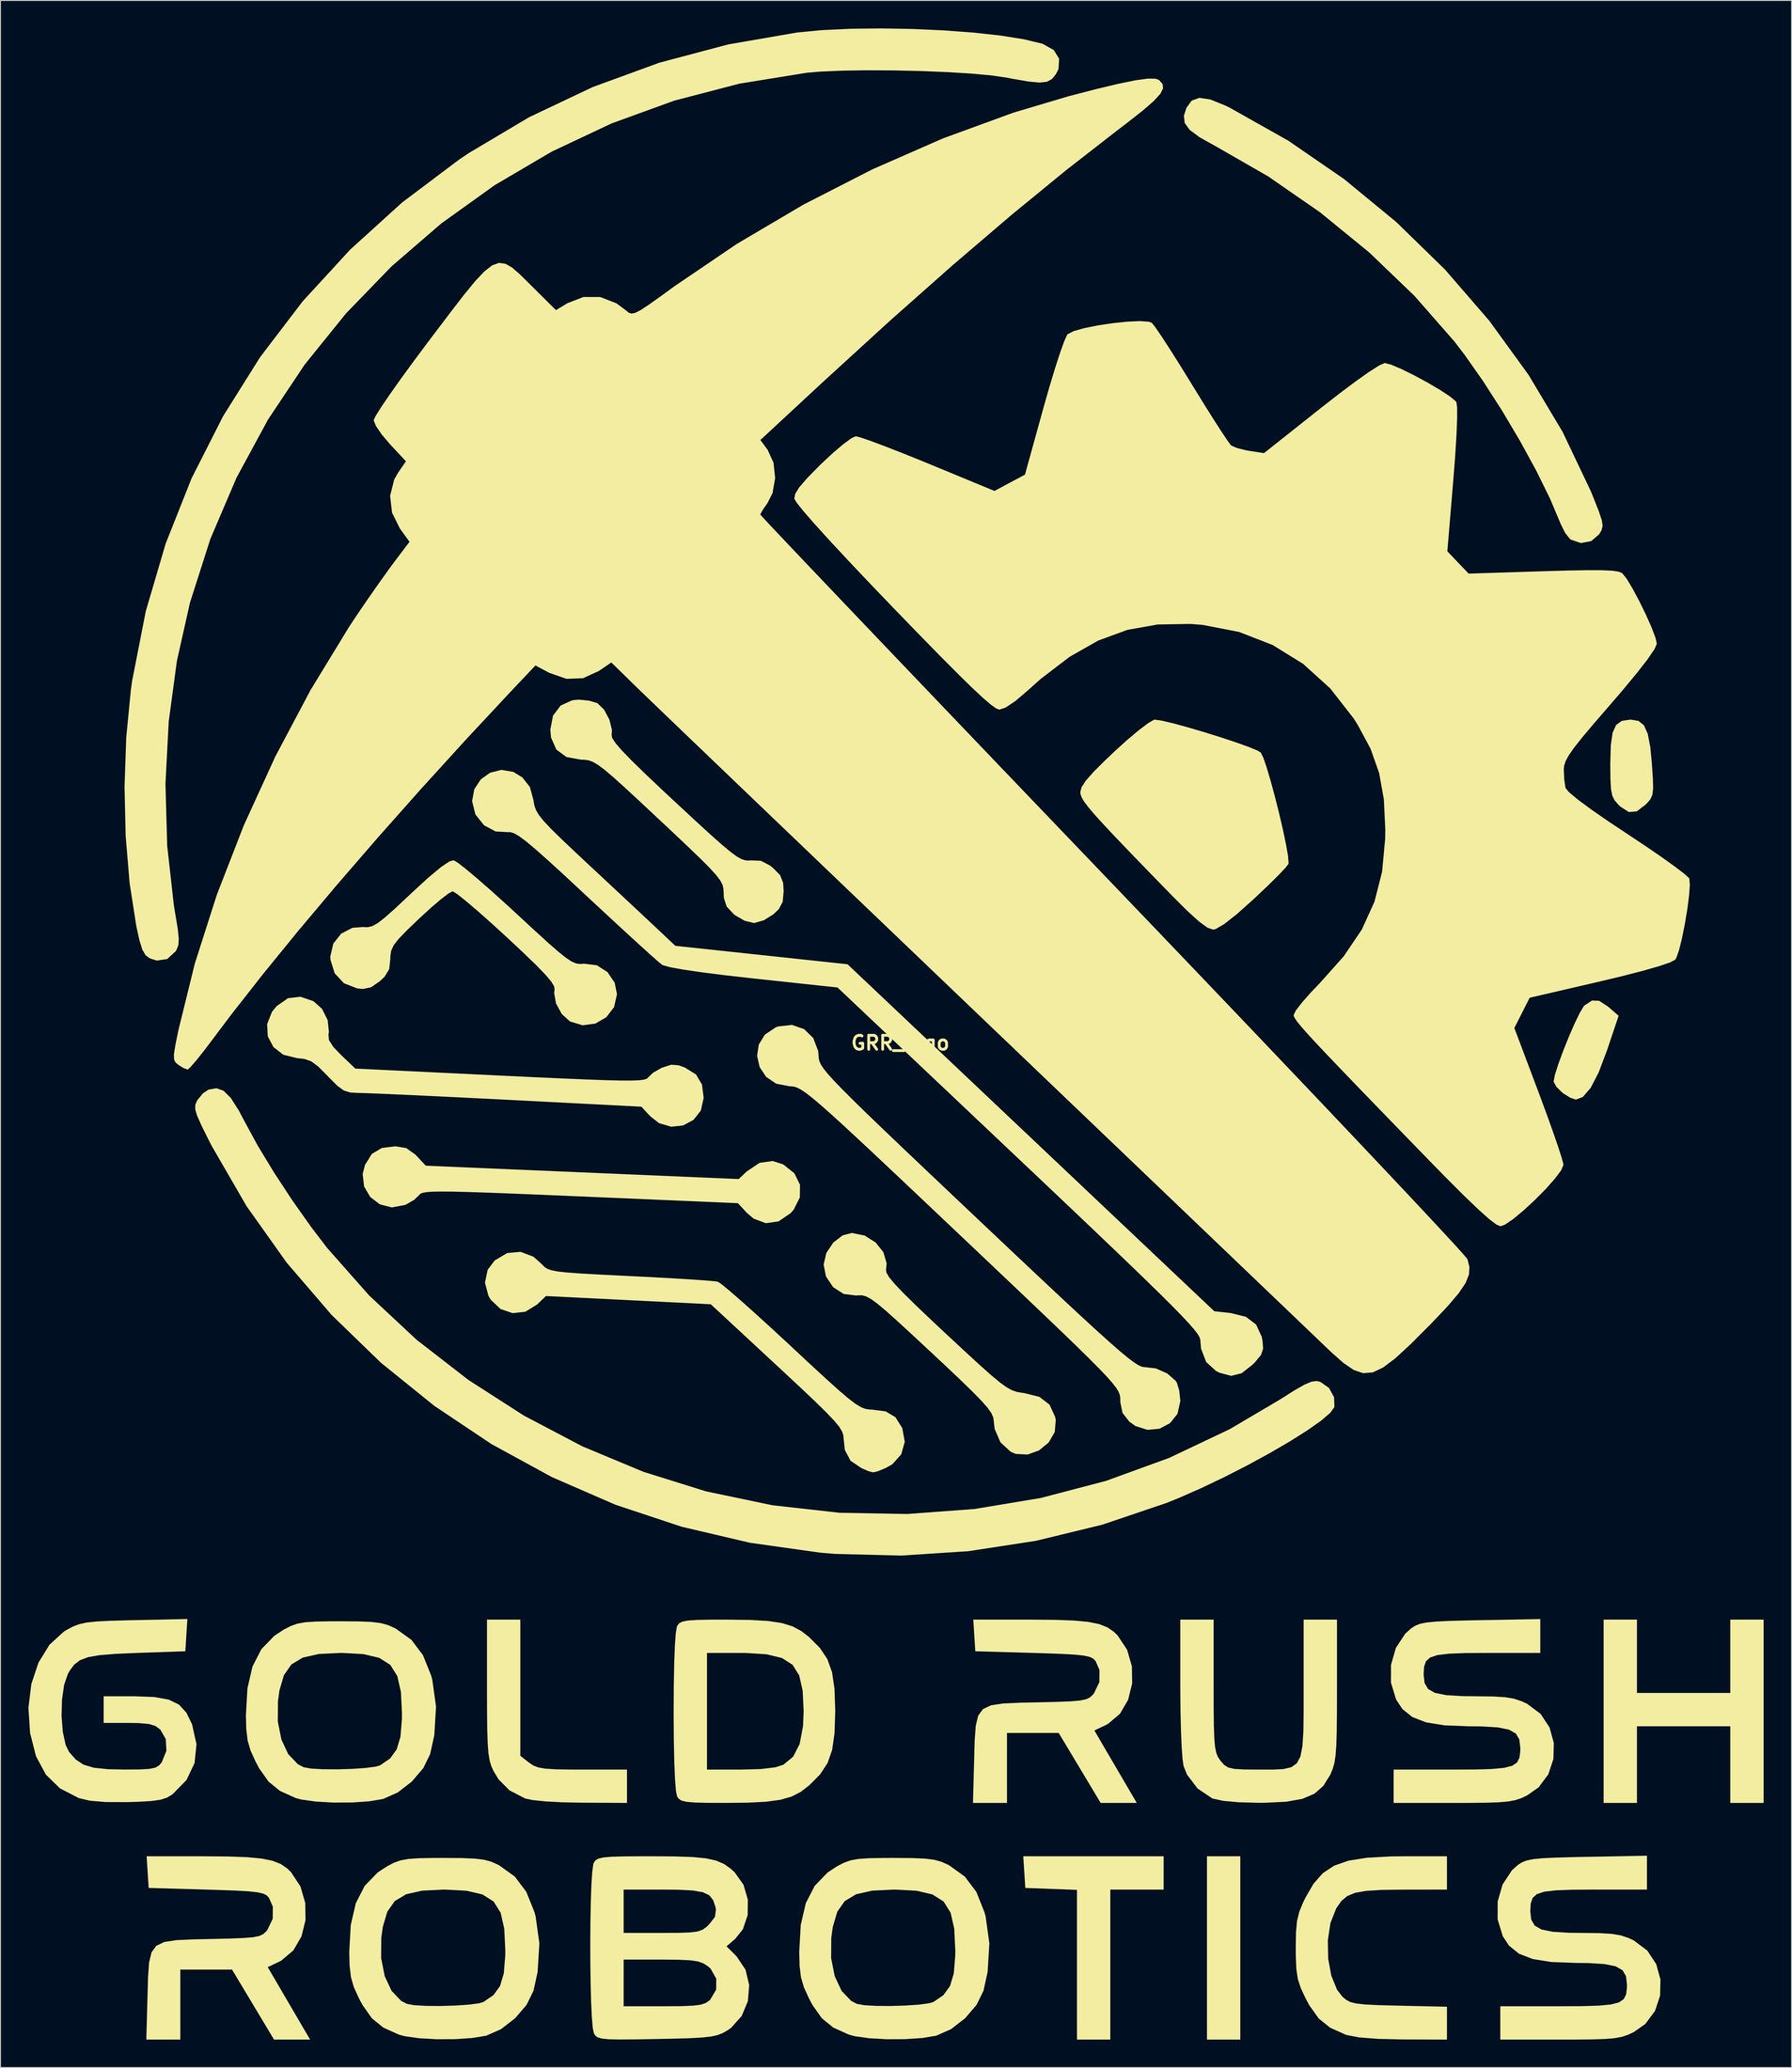
<source format=kicad_pcb>
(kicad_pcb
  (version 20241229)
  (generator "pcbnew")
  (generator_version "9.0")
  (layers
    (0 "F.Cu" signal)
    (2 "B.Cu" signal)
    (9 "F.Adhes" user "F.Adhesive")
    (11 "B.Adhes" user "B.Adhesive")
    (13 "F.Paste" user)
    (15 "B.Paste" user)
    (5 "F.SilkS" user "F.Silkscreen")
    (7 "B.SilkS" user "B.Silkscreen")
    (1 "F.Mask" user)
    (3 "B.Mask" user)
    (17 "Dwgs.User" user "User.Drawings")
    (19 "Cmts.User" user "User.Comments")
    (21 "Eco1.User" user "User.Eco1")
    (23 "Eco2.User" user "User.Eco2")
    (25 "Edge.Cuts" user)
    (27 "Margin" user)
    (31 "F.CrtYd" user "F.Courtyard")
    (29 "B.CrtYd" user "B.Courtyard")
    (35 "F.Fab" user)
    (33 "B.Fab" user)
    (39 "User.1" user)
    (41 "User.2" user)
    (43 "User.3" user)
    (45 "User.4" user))
  (footprint "GRR_logo"
    (layer "F.Cu")
    (at 93.577 108.888)
    (property "Reference" "GRR_logo" (at 0 0 0) (layer "F.SilkS") (effects (font (size 1.5 1.5) (thickness 0.3))))
    (attr board_only exclude_from_pos_files exclude_from_bom)
    (fp_poly (pts (xy 36.49 97.128) (xy 36.49 106.966) (xy 34.701 106.966) (xy 32.913 106.966) (xy 32.913 97.128) (xy 32.913 87.29) (xy 34.701 87.29) (xy 36.49 87.29)) (stroke (width 0) (type solid)) (fill yes) (layer "F.SilkS"))
    (fp_poly (pts (xy 28.262 89.079) (xy 28.262 90.868) (xy 25.4 90.868) (xy 22.538 90.868) (xy 22.538 98.917) (xy 22.538 106.966) (xy 20.749 106.966) (xy 18.961 106.966) (xy 18.961 98.932) (xy 18.961 90.898) (xy 16.188 90.793) (xy 13.415 90.689) (xy 13.306 88.989) (xy 13.197 87.29) (xy 20.73 87.29) (xy 28.262 87.29)) (stroke (width 0) (type solid)) (fill yes) (layer "F.SilkS"))
    (fp_poly (pts (xy 74.994 -4.526) (xy 75.918 -3.93) (xy 76.091 -3.784) (xy 77.094 -2.917) (xy 75.853 0.777) (xy 74.957 3.149) (xy 74.095 4.817) (xy 73.261 5.79) (xy 72.508 6.082) (xy 71.894 5.874) (xy 71.099 5.37) (xy 71.061 5.34) (xy 70.413 4.702) (xy 70.12 4.157) (xy 70.118 4.129) (xy 70.257 3.417) (xy 70.626 2.258) (xy 71.151 0.832) (xy 71.759 -0.681) (xy 72.377 -2.101) (xy 72.933 -3.248) (xy 73.353 -3.942) (xy 73.429 -4.025) (xy 74.233 -4.551)) (stroke (width 0) (type solid)) (fill yes) (layer "F.SilkS"))
    (fp_poly (pts (xy 79.062 65.825) (xy 79.062 69.761) (xy 84.07 69.761) (xy 89.079 69.761) (xy 89.079 65.825) (xy 89.079 61.89) (xy 90.868 61.89) (xy 92.656 61.89) (xy 92.656 71.728) (xy 92.656 81.566) (xy 90.868 81.566) (xy 89.079 81.566) (xy 89.079 77.452) (xy 89.079 73.338) (xy 84.07 73.338) (xy 79.062 73.338) (xy 79.062 77.452) (xy 79.062 81.566) (xy 77.273 81.566) (xy 75.485 81.566) (xy 75.485 71.728) (xy 75.485 61.89) (xy 77.273 61.89) (xy 79.062 61.89)) (stroke (width 0) (type solid)) (fill yes) (layer "F.SilkS"))
    (fp_poly (pts (xy 79.221 -34.566) (xy 79.807 -34.096) (xy 80.216 -33.194) (xy 80.492 -31.761) (xy 80.663 -29.977) (xy 80.771 -28.372) (xy 80.798 -27.313) (xy 80.717 -26.631) (xy 80.505 -26.158) (xy 80.136 -25.727) (xy 80.005 -25.595) (xy 79.047 -24.858) (xy 78.196 -24.782) (xy 77.287 -25.363) (xy 77.078 -25.563) (xy 76.673 -26.021) (xy 76.416 -26.529) (xy 76.274 -27.253) (xy 76.213 -28.36) (xy 76.2 -29.979) (xy 76.253 -31.937) (xy 76.445 -33.287) (xy 76.823 -34.13) (xy 77.434 -34.567) (xy 78.327 -34.701) (xy 78.409 -34.701)) (stroke (width 0) (type solid)) (fill yes) (layer "F.SilkS"))
    (fp_poly (pts (xy -40.783 69.198) (xy -40.783 76.506) (xy -39.84 77.247) (xy -39.388 77.551) (xy -38.849 77.76) (xy -38.087 77.889) (xy -36.964 77.959) (xy -35.342 77.986) (xy -34.117 77.989) (xy -29.335 77.989) (xy -29.335 79.777) (xy -29.335 81.566) (xy -34.254 81.539) (xy -36.302 81.497) (xy -38.085 81.401) (xy -39.454 81.262) (xy -40.258 81.092) (xy -40.259 81.092) (xy -41.937 80.222) (xy -43.122 79.033) (xy -43.661 78.137) (xy -43.899 77.608) (xy -44.076 77.011) (xy -44.202 76.238) (xy -44.284 75.179) (xy -44.333 73.726) (xy -44.355 71.771) (xy -44.361 69.327) (xy -44.361 61.89) (xy -42.572 61.89) (xy -40.783 61.89)) (stroke (width 0) (type solid)) (fill yes) (layer "F.SilkS"))
    (fp_poly (pts (xy 33.26 -101.263) (xy 34.86 -100.622) (xy 35.349 -100.382) (xy 41.635 -96.842) (xy 47.621 -92.724) (xy 53.25 -88.09) (xy 58.467 -82.999) (xy 63.214 -77.511) (xy 67.438 -71.686) (xy 71.08 -65.586) (xy 74.086 -59.269) (xy 74.43 -58.43) (xy 74.985 -57.017) (xy 75.291 -56.094) (xy 75.375 -55.488) (xy 75.26 -55.03) (xy 74.999 -54.584) (xy 74.143 -53.857) (xy 73.04 -53.654) (xy 71.973 -54.018) (xy 71.852 -54.109) (xy 71.36 -54.737) (xy 70.884 -55.681) (xy 70.834 -55.808) (xy 69.728 -58.43) (xy 68.25 -61.428) (xy 66.498 -64.635) (xy 64.569 -67.886) (xy 62.558 -71.016) (xy 60.564 -73.857) (xy 59.455 -75.306) (xy 55.172 -80.193) (xy 50.322 -84.848) (xy 45.043 -89.158) (xy 39.472 -93.012) (xy 33.865 -96.234) (xy 32.169 -97.177) (xy 31.079 -97.977) (xy 30.525 -98.726) (xy 30.436 -99.516) (xy 30.709 -100.364) (xy 31.269 -101.135) (xy 32.091 -101.435)) (stroke (width 0) (type solid)) (fill yes) (layer "F.SilkS"))
    (fp_poly (pts (xy -53.025 11.284) (xy -52.054 11.975) (xy -51.903 12.131) (xy -50.931 13.173) (xy -34.141 13.89) (xy -17.351 14.608) (xy -16.456 13.769) (xy -15.095 12.865) (xy -13.7 12.673) (xy -12.57 13.032) (xy -11.368 13.992) (xy -10.765 15.224) (xy -10.784 16.578) (xy -11.447 17.901) (xy -11.778 18.273) (xy -13.067 19.149) (xy -14.425 19.345) (xy -15.739 18.859) (xy -16.444 18.258) (xy -17.435 17.197) (xy -34.372 16.47) (xy -38.31 16.303) (xy -41.594 16.168) (xy -44.283 16.066) (xy -46.438 15.995) (xy -48.12 15.955) (xy -49.389 15.946) (xy -50.304 15.967) (xy -50.927 16.017) (xy -51.317 16.096) (xy -51.535 16.203) (xy -51.628 16.312) (xy -52.158 16.826) (xy -53.036 17.334) (xy -53.162 17.389) (xy -54.573 17.651) (xy -55.858 17.323) (xy -56.892 16.531) (xy -57.549 15.402) (xy -57.703 14.062) (xy -57.453 13.087) (xy -56.717 11.908) (xy -55.649 11.272) (xy -54.187 11.09)) (stroke (width 0) (type solid)) (fill yes) (layer "F.SilkS"))
    (fp_poly (pts (xy 28.05 -34.595) (xy 29.273 -34.307) (xy 30.828 -33.885) (xy 32.565 -33.374) (xy 34.334 -32.822) (xy 35.983 -32.276) (xy 37.361 -31.783) (xy 38.319 -31.388) (xy 38.678 -31.177) (xy 38.948 -30.645) (xy 39.319 -29.569) (xy 39.755 -28.098) (xy 40.22 -26.379) (xy 40.676 -24.563) (xy 41.085 -22.797) (xy 41.412 -21.231) (xy 41.62 -20.014) (xy 41.67 -19.293) (xy 41.653 -19.204) (xy 41.335 -18.797) (xy 40.592 -18.014) (xy 39.526 -16.958) (xy 38.242 -15.735) (xy 37.935 -15.449) (xy 36.124 -13.831) (xy 34.763 -12.758) (xy 33.847 -12.227) (xy 33.559 -12.163) (xy 32.966 -12.374) (xy 32.062 -13.031) (xy 30.801 -14.174) (xy 29.32 -15.651) (xy 26.8 -18.239) (xy 24.739 -20.369) (xy 23.09 -22.091) (xy 21.809 -23.456) (xy 20.85 -24.515) (xy 20.169 -25.318) (xy 19.72 -25.917) (xy 19.459 -26.363) (xy 19.341 -26.705) (xy 19.318 -26.932) (xy 19.455 -27.451) (xy 19.907 -28.146) (xy 20.743 -29.094) (xy 22.027 -30.374) (xy 22.975 -31.273) (xy 24.349 -32.518) (xy 25.589 -33.56) (xy 26.581 -34.311) (xy 27.21 -34.679) (xy 27.312 -34.701)) (stroke (width 0) (type solid)) (fill yes) (layer "F.SilkS"))
    (fp_poly (pts (xy 58.67 89.079) (xy 58.67 90.868) (xy 53.93 90.873) (xy 51.673 90.901) (xy 50.007 91.002) (xy 48.811 91.212) (xy 47.961 91.564) (xy 47.336 92.095) (xy 46.813 92.838) (xy 46.771 92.911) (xy 46.163 94.462) (xy 45.884 96.316) (xy 45.92 98.264) (xy 46.256 100.101) (xy 46.876 101.619) (xy 47.456 102.368) (xy 47.851 102.7) (xy 48.301 102.935) (xy 48.933 103.094) (xy 49.877 103.198) (xy 51.262 103.266) (xy 53.217 103.319) (xy 53.511 103.326) (xy 58.67 103.442) (xy 58.67 105.204) (xy 58.67 106.966) (xy 53.93 106.95) (xy 51.263 106.89) (xy 49.248 106.732) (xy 47.912 106.476) (xy 47.78 106.432) (xy 46.132 105.689) (xy 44.909 104.705) (xy 43.898 103.286) (xy 43.491 102.526) (xy 42.977 101.427) (xy 42.664 100.465) (xy 42.503 99.393) (xy 42.446 97.965) (xy 42.442 97.128) (xy 42.467 95.454) (xy 42.576 94.246) (xy 42.815 93.258) (xy 43.234 92.242) (xy 43.491 91.715) (xy 44.352 90.236) (xy 45.338 89.113) (xy 46.553 88.304) (xy 48.103 87.762) (xy 50.096 87.445) (xy 52.637 87.307) (xy 54.109 87.292) (xy 58.67 87.29)) (stroke (width 0) (type solid)) (fill yes) (layer "F.SilkS"))
    (fp_poly (pts (xy -74.878 87.292) (xy -72.194 87.314) (xy -70.118 87.389) (xy -68.547 87.536) (xy -67.373 87.775) (xy -66.492 88.124) (xy -65.798 88.602) (xy -65.401 88.987) (xy -64.38 90.529) (xy -63.866 92.301) (xy -63.837 94.144) (xy -64.271 95.897) (xy -65.148 97.4) (xy -66.445 98.492) (xy -66.678 98.611) (xy -67.892 99.19) (xy -65.619 103.078) (xy -63.345 106.966) (xy -65.281 106.966) (xy -67.218 106.966) (xy -69.47 103.21) (xy -71.723 99.454) (xy -74.498 99.454) (xy -77.273 99.454) (xy -77.273 103.21) (xy -77.273 106.966) (xy -79.098 106.966) (xy -80.923 106.966) (xy -80.797 102.353) (xy -80.737 100.236) (xy -80.625 98.68) (xy -80.362 97.596) (xy -79.851 96.896) (xy -78.994 96.49) (xy -77.694 96.291) (xy -75.853 96.209) (xy -73.989 96.17) (xy -71.917 96.12) (xy -70.44 96.061) (xy -69.437 95.975) (xy -68.786 95.841) (xy -68.367 95.64) (xy -68.059 95.354) (xy -67.939 95.21) (xy -67.358 94.004) (xy -67.344 92.695) (xy -67.763 91.741) (xy -68.007 91.486) (xy -68.384 91.295) (xy -69.001 91.156) (xy -69.965 91.052) (xy -71.382 90.972) (xy -73.359 90.901) (xy -74.471 90.868) (xy -80.672 90.689) (xy -80.781 88.989) (xy -80.89 87.29)) (stroke (width 0) (type solid)) (fill yes) (layer "F.SilkS"))
    (fp_poly (pts (xy 13.843 61.892) (xy 16.527 61.914) (xy 18.603 61.989) (xy 20.174 62.136) (xy 21.348 62.375) (xy 22.229 62.724) (xy 22.923 63.202) (xy 23.32 63.587) (xy 24.341 65.129) (xy 24.855 66.901) (xy 24.885 68.744) (xy 24.45 70.497) (xy 23.574 72) (xy 22.276 73.092) (xy 22.044 73.211) (xy 20.829 73.79) (xy 23.102 77.678) (xy 25.376 81.566) (xy 23.44 81.566) (xy 21.503 81.566) (xy 19.251 77.81) (xy 16.999 74.054) (xy 14.223 74.054) (xy 11.448 74.054) (xy 11.448 77.81) (xy 11.448 81.566) (xy 9.623 81.566) (xy 7.799 81.566) (xy 7.924 76.953) (xy 7.984 74.836) (xy 8.096 73.28) (xy 8.359 72.196) (xy 8.87 71.496) (xy 9.727 71.09) (xy 11.027 70.891) (xy 12.868 70.809) (xy 14.733 70.77) (xy 16.804 70.72) (xy 18.281 70.661) (xy 19.284 70.575) (xy 19.935 70.441) (xy 20.354 70.24) (xy 20.662 69.954) (xy 20.782 69.81) (xy 21.363 68.604) (xy 21.377 67.295) (xy 20.958 66.341) (xy 20.714 66.086) (xy 20.337 65.895) (xy 19.72 65.756) (xy 18.756 65.652) (xy 17.339 65.572) (xy 15.362 65.501) (xy 14.25 65.468) (xy 8.049 65.289) (xy 7.94 63.589) (xy 7.831 61.89)) (stroke (width 0) (type solid)) (fill yes) (layer "F.SilkS"))
    (fp_poly (pts (xy 33.628 68.997) (xy 33.633 71.439) (xy 33.652 73.271) (xy 33.697 74.599) (xy 33.777 75.529) (xy 33.901 76.166) (xy 34.079 76.616) (xy 34.322 76.984) (xy 34.37 77.046) (xy 34.757 77.487) (xy 35.189 77.763) (xy 35.83 77.914) (xy 36.848 77.976) (xy 38.409 77.989) (xy 38.484 77.989) (xy 39.977 77.988) (xy 41.124 77.929) (xy 41.971 77.73) (xy 42.562 77.308) (xy 42.943 76.578) (xy 43.161 75.457) (xy 43.261 73.863) (xy 43.288 71.712) (xy 43.287 69.224) (xy 43.287 61.89) (xy 45.076 61.89) (xy 46.865 61.89) (xy 46.865 69.469) (xy 46.86 72.025) (xy 46.838 73.975) (xy 46.791 75.429) (xy 46.71 76.496) (xy 46.587 77.285) (xy 46.411 77.907) (xy 46.175 78.471) (xy 46.128 78.57) (xy 45.401 79.736) (xy 44.448 80.574) (xy 43.158 81.126) (xy 41.418 81.437) (xy 39.117 81.55) (xy 38.434 81.552) (xy 36.299 81.493) (xy 34.637 81.34) (xy 33.558 81.105) (xy 33.449 81.061) (xy 31.897 80.013) (xy 30.769 78.521) (xy 30.4 77.601) (xy 30.292 76.874) (xy 30.198 75.563) (xy 30.123 73.799) (xy 30.072 71.715) (xy 30.051 69.442) (xy 30.051 69.137) (xy 30.051 61.89) (xy 31.839 61.89) (xy 33.628 61.89)) (stroke (width 0) (type solid)) (fill yes) (layer "F.SilkS"))
    (fp_poly (pts (xy -3.825 20.673) (xy -2.649 21.414) (xy -1.815 22.46) (xy -1.466 23.656) (xy -1.534 24.323) (xy -1.493 24.647) (xy -1.203 25.138) (xy -0.612 25.852) (xy 0.329 26.843) (xy 1.672 28.165) (xy 3.467 29.872) (xy 4.899 31.212) (xy 6.939 33.11) (xy 8.534 34.575) (xy 9.76 35.666) (xy 10.695 36.442) (xy 11.415 36.96) (xy 11.995 37.278) (xy 12.514 37.454) (xy 13.046 37.547) (xy 13.272 37.573) (xy 14.919 37.981) (xy 16.015 38.818) (xy 16.615 40.129) (xy 16.685 40.487) (xy 16.573 41.768) (xy 15.918 42.888) (xy 14.89 43.73) (xy 13.656 44.175) (xy 12.384 44.106) (xy 11.845 43.876) (xy 10.745 42.858) (xy 10.126 41.425) (xy 10.03 40.57) (xy 9.972 40.177) (xy 9.77 39.726) (xy 9.365 39.152) (xy 8.697 38.392) (xy 7.707 37.381) (xy 6.338 36.054) (xy 4.531 34.348) (xy 3.309 33.206) (xy 1.26 31.298) (xy -0.34 29.826) (xy -1.561 28.734) (xy -2.475 27.969) (xy -3.154 27.476) (xy -3.671 27.2) (xy -4.095 27.088) (xy -4.5 27.084) (xy -4.73 27.108) (xy -6.076 26.941) (xy -7.212 26.208) (xy -7.98 25.058) (xy -8.228 23.79) (xy -7.94 22.542) (xy -7.197 21.426) (xy -6.178 20.644) (xy -5.197 20.392)) (stroke (width 0) (type solid)) (fill yes) (layer "F.SilkS"))
    (fp_poly (pts (xy -62.984 -4.483) (xy -62.061 -3.655) (xy -61.461 -2.454) (xy -61.327 -1.192) (xy -61.373 -0.941) (xy -61.33 -0.319) (xy -60.843 0.44) (xy -60.028 1.286) (xy -58.492 2.752) (xy -42.931 3.5) (xy -39.161 3.679) (xy -36.042 3.821) (xy -33.514 3.927) (xy -31.512 3.998) (xy -29.975 4.034) (xy -28.841 4.036) (xy -28.046 4.005) (xy -27.529 3.942) (xy -27.227 3.847) (xy -27.078 3.722) (xy -27.064 3.7) (xy -26.543 3.201) (xy -25.671 2.701) (xy -25.542 2.645) (xy -24.589 2.337) (xy -23.786 2.398) (xy -23.103 2.648) (xy -21.92 3.389) (xy -21.284 4.465) (xy -21.107 5.896) (xy -21.406 7.251) (xy -22.196 8.257) (xy -23.315 8.855) (xy -24.6 8.99) (xy -25.891 8.605) (xy -26.811 7.892) (xy -27.793 6.841) (xy -42.137 6.103) (xy -45.339 5.941) (xy -48.374 5.791) (xy -51.156 5.657) (xy -53.595 5.544) (xy -55.606 5.455) (xy -57.101 5.395) (xy -57.992 5.368) (xy -58.117 5.366) (xy -59.032 5.32) (xy -59.727 5.104) (xy -60.423 4.596) (xy -61.339 3.678) (xy -61.471 3.537) (xy -62.459 2.542) (xy -63.215 1.977) (xy -63.959 1.714) (xy -64.739 1.633) (xy -66.218 1.268) (xy -67.287 0.435) (xy -67.887 -0.711) (xy -67.958 -2.019) (xy -67.44 -3.334) (xy -66.926 -3.963) (xy -65.708 -4.807) (xy -64.388 -4.961)) (stroke (width 0) (type solid)) (fill yes) (layer "F.SilkS"))
    (fp_poly (pts (xy -33.427 -36.741) (xy -32.543 -36.483) (xy -32.501 -36.461) (xy -31.793 -35.773) (xy -31.226 -34.711) (xy -30.949 -33.604) (xy -30.983 -33.055) (xy -30.921 -32.728) (xy -30.578 -32.198) (xy -29.908 -31.417) (xy -28.864 -30.337) (xy -27.4 -28.908) (xy -25.47 -27.082) (xy -24.214 -25.91) (xy -22.117 -23.965) (xy -20.472 -22.457) (xy -19.209 -21.332) (xy -18.259 -20.536) (xy -17.553 -20.016) (xy -17.022 -19.719) (xy -16.595 -19.591) (xy -16.204 -19.579) (xy -16.032 -19.595) (xy -14.967 -19.551) (xy -13.999 -19.051) (xy -13.659 -18.781) (xy -12.899 -18.007) (xy -12.576 -17.181) (xy -12.521 -16.277) (xy -12.622 -15.156) (xy -13.03 -14.374) (xy -13.622 -13.805) (xy -14.634 -13.175) (xy -15.64 -12.883) (xy -15.741 -12.879) (xy -16.718 -13.119) (xy -17.752 -13.718) (xy -17.86 -13.805) (xy -18.638 -14.637) (xy -18.936 -15.568) (xy -18.961 -16.112) (xy -18.98 -16.547) (xy -19.08 -16.963) (xy -19.317 -17.427) (xy -19.751 -18.006) (xy -20.44 -18.766) (xy -21.445 -19.776) (xy -22.823 -21.101) (xy -24.633 -22.809) (xy -25.847 -23.948) (xy -27.926 -25.892) (xy -29.555 -27.401) (xy -30.809 -28.53) (xy -31.758 -29.333) (xy -32.474 -29.866) (xy -33.03 -30.185) (xy -33.498 -30.344) (xy -33.949 -30.399) (xy -34.27 -30.405) (xy -35.829 -30.685) (xy -36.914 -31.488) (xy -37.485 -32.774) (xy -37.563 -33.628) (xy -37.273 -35.129) (xy -36.458 -36.211) (xy -35.207 -36.782) (xy -34.515 -36.848)) (stroke (width 0) (type solid)) (fill yes) (layer "F.SilkS"))
    (fp_poly (pts (xy -16.156 61.924) (xy -14.216 62.037) (xy -12.731 62.257) (xy -11.573 62.611) (xy -10.613 63.127) (xy -9.807 63.754) (xy -8.64 64.92) (xy -7.832 66.127) (xy -7.326 67.539) (xy -7.063 69.321) (xy -6.985 71.638) (xy -6.985 71.728) (xy -7.058 74.066) (xy -7.313 75.864) (xy -7.81 77.286) (xy -8.606 78.497) (xy -9.761 79.662) (xy -9.807 79.702) (xy -10.701 80.387) (xy -11.675 80.886) (xy -12.859 81.226) (xy -14.382 81.435) (xy -16.373 81.538) (xy -18.68 81.564) (xy -20.656 81.557) (xy -22.036 81.524) (xy -22.94 81.448) (xy -23.487 81.315) (xy -23.796 81.108) (xy -23.956 80.874) (xy -24.078 80.283) (xy -24.179 79.047) (xy -24.256 77.236) (xy -24.306 74.92) (xy -24.326 72.171) (xy -24.327 71.728) (xy -20.749 71.728) (xy -20.749 77.989) (xy -17.154 77.989) (xy -14.954 77.928) (xy -13.41 77.742) (xy -12.552 77.468) (xy -11.497 76.598) (xy -10.801 75.233) (xy -10.44 73.314) (xy -10.375 71.728) (xy -10.479 69.526) (xy -10.847 67.89) (xy -11.563 66.743) (xy -12.708 66.009) (xy -14.367 65.61) (xy -16.621 65.471) (xy -17.154 65.468) (xy -20.749 65.468) (xy -20.749 71.728) (xy -24.327 71.728) (xy -24.311 68.92) (xy -24.265 66.535) (xy -24.192 64.645) (xy -24.095 63.318) (xy -23.976 62.627) (xy -23.956 62.582) (xy -23.752 62.304) (xy -23.407 62.112) (xy -22.804 61.991) (xy -21.821 61.924) (xy -20.341 61.896) (xy -18.68 61.892)) (stroke (width 0) (type solid)) (fill yes) (layer "F.SilkS"))
    (fp_poly (pts (xy -72.624 5.137) (xy -71.855 5.905) (xy -71.005 7.236) (xy -70.348 8.481) (xy -68.96 11.029) (xy -67.222 13.895) (xy -65.27 16.87) (xy -63.238 19.746) (xy -61.533 21.98) (xy -57.006 27.105) (xy -51.922 31.85) (xy -46.359 36.165) (xy -40.394 39.999) (xy -34.107 43.303) (xy -27.574 46.027) (xy -20.874 48.12) (xy -20.848 48.127) (xy -13.732 49.617) (xy -6.521 50.423) (xy 0.725 50.555) (xy 7.945 50.023) (xy 15.08 48.836) (xy 22.069 47.004) (xy 28.854 44.536) (xy 35.373 41.443) (xy 40.776 38.254) (xy 42.309 37.281) (xy 43.387 36.666) (xy 44.137 36.352) (xy 44.687 36.285) (xy 45.061 36.367) (xy 45.999 37.017) (xy 46.557 38.027) (xy 46.59 39.073) (xy 46.151 39.692) (xy 45.148 40.548) (xy 43.67 41.589) (xy 41.808 42.764) (xy 39.652 44.021) (xy 37.292 45.308) (xy 34.818 46.574) (xy 32.322 47.767) (xy 29.892 48.837) (xy 28.575 49.369) (xy 21.671 51.706) (xy 14.549 53.437) (xy 7.319 54.546) (xy 0.091 55.018) (xy -7.026 54.838) (xy -8.586 54.707) (xy -16.132 53.644) (xy -23.473 51.921) (xy -30.569 49.564) (xy -37.383 46.6) (xy -43.875 43.055) (xy -50.007 38.954) (xy -55.74 34.324) (xy -61.036 29.191) (xy -65.856 23.581) (xy -70.162 17.52) (xy -73.914 11.034) (xy -74.275 10.328) (xy -75.023 8.82) (xy -75.476 7.799) (xy -75.675 7.117) (xy -75.661 6.628) (xy -75.474 6.187) (xy -75.448 6.14) (xy -74.823 5.388) (xy -74.232 5.003) (xy -73.389 4.86)) (stroke (width 0) (type solid)) (fill yes) (layer "F.SilkS"))
    (fp_poly (pts (xy -39.375 22.944) (xy -38.458 23.76) (xy -38.21 24.022) (xy -37.909 24.23) (xy -37.463 24.393) (xy -36.783 24.525) (xy -35.778 24.637) (xy -34.357 24.742) (xy -32.431 24.851) (xy -29.909 24.977) (xy -28.977 25.022) (xy -26.516 25.146) (xy -24.27 25.271) (xy -22.345 25.389) (xy -20.848 25.495) (xy -19.885 25.581) (xy -19.583 25.625) (xy -19.165 25.91) (xy -18.3 26.622) (xy -17.064 27.696) (xy -15.53 29.066) (xy -13.77 30.668) (xy -11.86 32.436) (xy -11.713 32.574) (xy -9.563 34.578) (xy -7.864 36.143) (xy -6.548 37.323) (xy -5.546 38.173) (xy -4.79 38.746) (xy -4.211 39.095) (xy -3.741 39.276) (xy -3.311 39.34) (xy -3.107 39.346) (xy -1.576 39.541) (xy -0.523 40.169) (xy 0.202 41.321) (xy 0.214 41.349) (xy 0.479 42.808) (xy 0.099 44.153) (xy -0.86 45.223) (xy -1.585 45.626) (xy -2.42 45.974) (xy -2.915 46.087) (xy -3.405 45.964) (xy -4.175 45.628) (xy -5.34 44.843) (xy -5.949 43.688) (xy -6.082 42.485) (xy -6.117 42.092) (xy -6.262 41.676) (xy -6.573 41.175) (xy -7.11 40.525) (xy -7.931 39.663) (xy -9.092 38.524) (xy -10.653 37.045) (xy -12.671 35.162) (xy -13.211 34.661) (xy -20.341 28.044) (xy -29.187 27.603) (xy -38.033 27.162) (xy -38.98 28.07) (xy -40.242 28.848) (xy -41.611 28.999) (xy -42.91 28.556) (xy -43.964 27.549) (xy -44.201 27.152) (xy -44.578 25.726) (xy -44.289 24.351) (xy -43.537 23.348) (xy -42.19 22.548) (xy -40.757 22.417)) (stroke (width 0) (type solid)) (fill yes) (layer "F.SilkS"))
    (fp_poly (pts (xy 68.687 63.65) (xy 68.687 65.468) (xy 62.989 65.468) (xy 60.619 65.482) (xy 58.87 65.548) (xy 57.649 65.695) (xy 56.861 65.958) (xy 56.415 66.367) (xy 56.214 66.956) (xy 56.166 67.754) (xy 56.166 67.798) (xy 56.268 68.694) (xy 56.638 69.332) (xy 57.371 69.752) (xy 58.565 69.996) (xy 60.315 70.103) (xy 61.715 70.118) (xy 63.568 70.139) (xy 64.892 70.218) (xy 65.876 70.382) (xy 66.705 70.66) (xy 67.27 70.923) (xy 68.726 72.015) (xy 69.682 73.467) (xy 70.138 75.132) (xy 70.094 76.858) (xy 69.549 78.496) (xy 68.504 79.895) (xy 67.27 80.761) (xy 66.644 81.052) (xy 66.011 81.264) (xy 65.248 81.408) (xy 64.227 81.498) (xy 62.825 81.545) (xy 60.915 81.564) (xy 59.31 81.566) (xy 52.946 81.566) (xy 52.946 79.777) (xy 52.946 77.989) (xy 59.181 77.989) (xy 61.654 77.977) (xy 63.501 77.923) (xy 64.814 77.798) (xy 65.684 77.573) (xy 66.2 77.219) (xy 66.454 76.708) (xy 66.536 76.012) (xy 66.541 75.658) (xy 66.439 74.763) (xy 66.069 74.125) (xy 65.336 73.704) (xy 64.142 73.46) (xy 62.392 73.353) (xy 60.992 73.338) (xy 58.411 73.239) (xy 56.427 72.919) (xy 54.948 72.344) (xy 53.879 71.48) (xy 53.215 70.476) (xy 52.659 68.658) (xy 52.665 66.741) (xy 53.191 64.921) (xy 54.197 63.392) (xy 54.85 62.81) (xy 55.272 62.542) (xy 55.776 62.343) (xy 56.478 62.2) (xy 57.489 62.1) (xy 58.925 62.031) (xy 60.898 61.978) (xy 62.273 61.951) (xy 68.687 61.832)) (stroke (width 0) (type solid)) (fill yes) (layer "F.SilkS"))
    (fp_poly (pts (xy 80.135 89.05) (xy 80.135 90.868) (xy 74.437 90.868) (xy 72.066 90.882) (xy 70.318 90.948) (xy 69.097 91.095) (xy 68.309 91.358) (xy 67.862 91.767) (xy 67.662 92.356) (xy 67.614 93.154) (xy 67.614 93.198) (xy 67.716 94.094) (xy 68.085 94.732) (xy 68.819 95.152) (xy 70.013 95.396) (xy 71.763 95.503) (xy 73.163 95.518) (xy 75.016 95.539) (xy 76.34 95.618) (xy 77.324 95.782) (xy 78.153 96.06) (xy 78.718 96.323) (xy 80.174 97.415) (xy 81.13 98.867) (xy 81.586 100.532) (xy 81.542 102.258) (xy 80.997 103.896) (xy 79.952 105.295) (xy 78.718 106.161) (xy 78.092 106.452) (xy 77.459 106.664) (xy 76.695 106.808) (xy 75.675 106.898) (xy 74.273 106.945) (xy 72.363 106.964) (xy 70.758 106.966) (xy 64.394 106.966) (xy 64.394 105.177) (xy 64.394 103.389) (xy 70.629 103.389) (xy 73.102 103.377) (xy 74.949 103.323) (xy 76.262 103.198) (xy 77.132 102.973) (xy 77.648 102.619) (xy 77.902 102.108) (xy 77.984 101.412) (xy 77.989 101.058) (xy 77.887 100.163) (xy 77.517 99.525) (xy 76.784 99.104) (xy 75.59 98.86) (xy 73.84 98.753) (xy 72.44 98.738) (xy 69.859 98.639) (xy 67.875 98.319) (xy 66.395 97.744) (xy 65.327 96.88) (xy 64.663 95.876) (xy 64.107 94.058) (xy 64.113 92.141) (xy 64.639 90.321) (xy 65.645 88.792) (xy 66.298 88.21) (xy 66.72 87.942) (xy 67.224 87.743) (xy 67.925 87.6) (xy 68.937 87.5) (xy 70.373 87.431) (xy 72.346 87.378) (xy 73.721 87.351) (xy 80.135 87.232)) (stroke (width 0) (type solid)) (fill yes) (layer "F.SilkS"))
    (fp_poly (pts (xy -76.626 63.558) (xy -76.737 65.289) (xy -81.924 65.468) (xy -84.235 65.567) (xy -85.947 65.707) (xy -87.178 65.922) (xy -88.043 66.248) (xy -88.661 66.721) (xy -89.146 67.375) (xy -89.34 67.714) (xy -89.749 68.907) (xy -89.974 70.494) (xy -90.019 72.246) (xy -89.887 73.936) (xy -89.582 75.337) (xy -89.223 76.084) (xy -88.498 76.907) (xy -87.664 77.458) (xy -86.566 77.788) (xy -85.047 77.946) (xy -83.286 77.983) (xy -81.665 77.973) (xy -80.604 77.913) (xy -79.948 77.776) (xy -79.54 77.529) (xy -79.261 77.194) (xy -78.768 75.974) (xy -78.836 74.709) (xy -79.42 73.696) (xy -79.936 73.311) (xy -80.652 73.091) (xy -81.76 72.995) (xy -82.818 72.98) (xy -85.501 72.98) (xy -85.501 71.549) (xy -85.501 70.118) (xy -82.192 70.12) (xy -80.069 70.199) (xy -78.519 70.478) (xy -77.412 71.018) (xy -76.619 71.884) (xy -76.014 73.129) (xy -75.538 75.262) (xy -75.745 77.283) (xy -76.609 79.103) (xy -78.106 80.635) (xy -78.125 80.65) (xy -78.692 80.994) (xy -79.401 81.222) (xy -80.415 81.364) (xy -81.896 81.447) (xy -82.933 81.477) (xy -85.269 81.472) (xy -86.993 81.327) (xy -88.164 81.048) (xy -90.186 80.007) (xy -91.706 78.526) (xy -92.764 76.549) (xy -93.396 74.074) (xy -93.577 71.367) (xy -93.263 68.806) (xy -92.497 66.509) (xy -91.322 64.595) (xy -89.778 63.18) (xy -89.422 62.963) (xy -88.766 62.622) (xy -88.119 62.376) (xy -87.344 62.206) (xy -86.303 62.094) (xy -84.861 62.019) (xy -82.881 61.963) (xy -82.171 61.948) (xy -76.516 61.827)) (stroke (width 0) (type solid)) (fill yes) (layer "F.SilkS"))
    (fp_poly (pts (xy -47.491 -19.342) (xy -46.605 -18.653) (xy -45.367 -17.614) (xy -43.861 -16.297) (xy -42.17 -14.771) (xy -41.248 -13.923) (xy -39.317 -12.136) (xy -37.831 -10.781) (xy -36.712 -9.8) (xy -35.884 -9.136) (xy -35.267 -8.731) (xy -34.786 -8.529) (xy -34.361 -8.473) (xy -33.916 -8.504) (xy -33.907 -8.505) (xy -32.568 -8.336) (xy -31.43 -7.606) (xy -30.657 -6.468) (xy -30.408 -5.235) (xy -30.723 -3.845) (xy -31.554 -2.76) (xy -32.733 -2.078) (xy -34.092 -1.896) (xy -35.457 -2.308) (xy -36.334 -3.108) (xy -36.949 -4.23) (xy -37.154 -5.372) (xy -37.105 -5.713) (xy -37.149 -6.067) (xy -37.466 -6.595) (xy -38.114 -7.359) (xy -39.145 -8.419) (xy -40.616 -9.835) (xy -42.238 -11.35) (xy -43.876 -12.846) (xy -45.359 -14.16) (xy -46.6 -15.217) (xy -47.513 -15.944) (xy -48.01 -16.268) (xy -48.052 -16.277) (xy -48.493 -16.043) (xy -49.324 -15.406) (xy -50.425 -14.464) (xy -51.641 -13.349) (xy -52.963 -12.08) (xy -53.844 -11.169) (xy -54.373 -10.49) (xy -54.638 -9.918) (xy -54.728 -9.33) (xy -54.735 -8.998) (xy -54.859 -7.916) (xy -55.347 -7.11) (xy -55.878 -6.615) (xy -56.803 -5.976) (xy -57.667 -5.795) (xy -58.293 -5.855) (xy -59.712 -6.408) (xy -60.703 -7.471) (xy -61.157 -8.917) (xy -61.175 -9.29) (xy -60.856 -10.657) (xy -60.01 -11.73) (xy -58.803 -12.359) (xy -57.68 -12.442) (xy -57.172 -12.421) (xy -56.68 -12.535) (xy -56.1 -12.854) (xy -55.331 -13.449) (xy -54.271 -14.39) (xy -52.818 -15.75) (xy -52.543 -16.011) (xy -50.714 -17.693) (xy -49.339 -18.844) (xy -48.404 -19.475) (xy -47.941 -19.61)) (stroke (width 0) (type solid)) (fill yes) (layer "F.SilkS"))
    (fp_poly (pts (xy -58.163 62.083) (xy -56.776 62.14) (xy -55.778 62.261) (xy -55.005 62.469) (xy -54.294 62.785) (xy -54.13 62.871) (xy -52.462 64.073) (xy -51.229 65.71) (xy -50.357 67.884) (xy -50.23 68.349) (xy -49.829 71.233) (xy -50.016 74.3) (xy -50.46 76.326) (xy -51.198 77.834) (xy -52.428 79.273) (xy -53.938 80.443) (xy -55.517 81.143) (xy -55.54 81.149) (xy -57.02 81.394) (xy -58.87 81.519) (xy -60.854 81.527) (xy -62.736 81.42) (xy -64.279 81.203) (xy -64.91 81.032) (xy -66.572 80.281) (xy -67.802 79.284) (xy -68.817 77.845) (xy -69.184 77.157) (xy -69.732 75.956) (xy -70.049 74.875) (xy -70.197 73.624) (xy -70.217 72.823) (xy -66.811 72.823) (xy -66.427 74.758) (xy -65.693 76.33) (xy -64.657 77.415) (xy -64.037 77.736) (xy -63.249 77.876) (xy -61.983 77.949) (xy -60.448 77.96) (xy -58.851 77.914) (xy -57.4 77.815) (xy -56.303 77.67) (xy -55.843 77.536) (xy -54.764 76.801) (xy -54.051 75.82) (xy -53.646 74.458) (xy -53.491 72.575) (xy -53.485 71.972) (xy -53.596 69.661) (xy -53.987 67.947) (xy -54.737 66.751) (xy -55.927 65.992) (xy -57.64 65.591) (xy -59.956 65.468) (xy -60.101 65.468) (xy -62.417 65.581) (xy -64.137 65.969) (xy -65.352 66.702) (xy -66.154 67.849) (xy -66.633 69.481) (xy -66.795 70.653) (xy -66.811 72.823) (xy -70.217 72.823) (xy -70.234 72.165) (xy -70.071 69.267) (xy -69.529 66.925) (xy -68.577 65.069) (xy -67.184 63.63) (xy -66.169 62.963) (xy -65.439 62.586) (xy -64.735 62.332) (xy -63.894 62.178) (xy -62.75 62.099) (xy -61.139 62.071) (xy -60.101 62.069)) (stroke (width 0) (type solid)) (fill yes) (layer "F.SilkS"))
    (fp_poly (pts (xy -47.073 87.483) (xy -45.686 87.54) (xy -44.688 87.661) (xy -43.915 87.869) (xy -43.203 88.185) (xy -43.04 88.271) (xy -41.372 89.473) (xy -40.139 91.11) (xy -39.267 93.284) (xy -39.14 93.749) (xy -38.739 96.633) (xy -38.926 99.7) (xy -39.37 101.726) (xy -40.108 103.234) (xy -41.338 104.673) (xy -42.848 105.843) (xy -44.427 106.543) (xy -44.45 106.549) (xy -45.93 106.794) (xy -47.78 106.919) (xy -49.764 106.927) (xy -51.645 106.82) (xy -53.189 106.603) (xy -53.82 106.432) (xy -55.482 105.681) (xy -56.712 104.684) (xy -57.727 103.245) (xy -58.094 102.557) (xy -58.642 101.356) (xy -58.959 100.275) (xy -59.106 99.024) (xy -59.127 98.223) (xy -55.721 98.223) (xy -55.337 100.158) (xy -54.603 101.73) (xy -53.567 102.815) (xy -52.946 103.136) (xy -52.159 103.276) (xy -50.893 103.349) (xy -49.358 103.36) (xy -47.761 103.314) (xy -46.31 103.215) (xy -45.213 103.07) (xy -44.753 102.936) (xy -43.673 102.201) (xy -42.961 101.22) (xy -42.556 99.858) (xy -42.401 97.975) (xy -42.395 97.372) (xy -42.506 95.061) (xy -42.897 93.347) (xy -43.646 92.151) (xy -44.837 91.392) (xy -46.55 90.991) (xy -48.866 90.868) (xy -49.011 90.868) (xy -51.326 90.981) (xy -53.047 91.369) (xy -54.262 92.102) (xy -55.064 93.249) (xy -55.543 94.881) (xy -55.705 96.053) (xy -55.721 98.223) (xy -59.127 98.223) (xy -59.144 97.565) (xy -58.981 94.667) (xy -58.439 92.325) (xy -57.487 90.469) (xy -56.093 89.03) (xy -55.079 88.363) (xy -54.349 87.986) (xy -53.645 87.732) (xy -52.804 87.578) (xy -51.66 87.499) (xy -50.049 87.471) (xy -49.011 87.469)) (stroke (width 0) (type solid)) (fill yes) (layer "F.SilkS"))
    (fp_poly (pts (xy 1.223 87.483) (xy 2.61 87.54) (xy 3.608 87.661) (xy 4.381 87.869) (xy 5.092 88.185) (xy 5.256 88.271) (xy 6.924 89.473) (xy 8.157 91.11) (xy 9.029 93.284) (xy 9.156 93.749) (xy 9.557 96.633) (xy 9.37 99.7) (xy 8.926 101.726) (xy 8.188 103.234) (xy 6.958 104.673) (xy 5.448 105.843) (xy 3.869 106.543) (xy 3.846 106.549) (xy 2.366 106.794) (xy 0.516 106.919) (xy -1.468 106.927) (xy -3.35 106.82) (xy -4.893 106.603) (xy -5.524 106.432) (xy -7.186 105.681) (xy -8.416 104.684) (xy -9.432 103.245) (xy -9.798 102.557) (xy -10.346 101.356) (xy -10.664 100.275) (xy -10.811 99.024) (xy -10.831 98.223) (xy -7.425 98.223) (xy -7.041 100.158) (xy -6.307 101.73) (xy -5.272 102.815) (xy -4.651 103.136) (xy -3.863 103.276) (xy -2.597 103.349) (xy -1.062 103.36) (xy 0.535 103.314) (xy 1.986 103.215) (xy 3.083 103.07) (xy 3.543 102.936) (xy 4.622 102.201) (xy 5.335 101.22) (xy 5.74 99.858) (xy 5.895 97.975) (xy 5.901 97.372) (xy 5.789 95.061) (xy 5.399 93.347) (xy 4.649 92.151) (xy 3.459 91.392) (xy 1.746 90.991) (xy -0.57 90.868) (xy -0.715 90.868) (xy -3.031 90.981) (xy -4.751 91.369) (xy -5.966 92.102) (xy -6.768 93.249) (xy -7.247 94.881) (xy -7.41 96.053) (xy -7.425 98.223) (xy -10.831 98.223) (xy -10.848 97.565) (xy -10.686 94.667) (xy -10.143 92.325) (xy -9.191 90.469) (xy -7.798 89.03) (xy -6.783 88.363) (xy -6.053 87.986) (xy -5.349 87.732) (xy -4.508 87.578) (xy -3.364 87.499) (xy -1.753 87.471) (xy -0.715 87.469)) (stroke (width 0) (type solid)) (fill yes) (layer "F.SilkS"))
    (fp_poly (pts (xy 1.293 -108.829) (xy 4.657 -108.677) (xy 7.86 -108.438) (xy 10.767 -108.12) (xy 13.242 -107.727) (xy 15.153 -107.268) (xy 15.302 -107.22) (xy 16.473 -106.565) (xy 17.047 -105.632) (xy 16.978 -104.531) (xy 16.686 -103.953) (xy 16.269 -103.451) (xy 15.731 -103.162) (xy 14.937 -103.076) (xy 13.756 -103.186) (xy 12.052 -103.482) (xy 11.448 -103.6) (xy 9.836 -103.837) (xy 7.663 -104.037) (xy 5.082 -104.196) (xy 2.249 -104.312) (xy -0.684 -104.379) (xy -3.562 -104.395) (xy -6.233 -104.355) (xy -8.541 -104.256) (xy -10.037 -104.13) (xy -17.258 -102.961) (xy -24.252 -101.138) (xy -30.985 -98.693) (xy -37.421 -95.66) (xy -43.525 -92.07) (xy -49.264 -87.956) (xy -54.601 -83.352) (xy -59.502 -78.288) (xy -63.932 -72.799) (xy -67.856 -66.916) (xy -71.24 -60.672) (xy -74.048 -54.1) (xy -76.245 -47.232) (xy -77.643 -40.986) (xy -78.521 -34.487) (xy -78.868 -27.816) (xy -78.684 -21.177) (xy -77.967 -14.776) (xy -77.8 -13.774) (xy -77.547 -12.225) (xy -77.44 -11.201) (xy -77.477 -10.53) (xy -77.657 -10.036) (xy -77.777 -9.838) (xy -78.68 -9.007) (xy -79.801 -8.84) (xy -80.552 -9.082) (xy -80.998 -9.414) (xy -81.346 -10.002) (xy -81.658 -10.996) (xy -81.995 -12.529) (xy -82.716 -17.157) (xy -83.14 -22.221) (xy -83.261 -27.505) (xy -83.077 -32.794) (xy -82.584 -37.871) (xy -82.443 -38.876) (xy -80.978 -46.349) (xy -78.845 -53.598) (xy -76.072 -60.586) (xy -72.682 -67.272) (xy -68.702 -73.616) (xy -64.155 -79.58) (xy -59.068 -85.124) (xy -53.465 -90.209) (xy -47.372 -94.795) (xy -46.294 -95.52) (xy -39.828 -99.363) (xy -33.007 -102.596) (xy -25.872 -105.204) (xy -18.469 -107.17) (xy -11.09 -108.447) (xy -8.425 -108.704) (xy -5.383 -108.848) (xy -2.099 -108.888)) (stroke (width 0) (type solid)) (fill yes) (layer "F.SilkS"))
    (fp_poly (pts (xy -41.527 -29.089) (xy -40.557 -28.491) (xy -39.754 -27.468) (xy -39.374 -26.061) (xy -39.284 -25.524) (xy -39.118 -25.027) (xy -38.81 -24.491) (xy -38.292 -23.839) (xy -37.5 -22.996) (xy -36.365 -21.882) (xy -34.823 -20.423) (xy -33.27 -18.971) (xy -31.452 -17.275) (xy -29.709 -15.647) (xy -28.144 -14.184) (xy -26.861 -12.982) (xy -25.961 -12.138) (xy -25.758 -11.946) (xy -24.148 -10.425) (xy -14.905 -9.435) (xy -5.663 -8.445) (xy 14.021 10.177) (xy 33.704 28.799) (xy 35.455 28.987) (xy 37.096 29.393) (xy 38.188 30.226) (xy 38.792 31.54) (xy 38.872 31.941) (xy 38.938 32.807) (xy 38.717 33.479) (xy 38.091 34.241) (xy 37.823 34.513) (xy 36.641 35.445) (xy 35.51 35.729) (xy 34.257 35.394) (xy 33.88 35.204) (xy 32.83 34.245) (xy 32.277 32.812) (xy 32.197 31.873) (xy 32.138 31.627) (xy 31.938 31.273) (xy 31.564 30.779) (xy 30.983 30.11) (xy 30.163 29.235) (xy 29.07 28.12) (xy 27.672 26.732) (xy 25.935 25.04) (xy 23.826 23.008) (xy 21.313 20.606) (xy 18.363 17.8) (xy 14.942 14.557) (xy 12.729 12.463) (xy -6.739 -5.953) (xy -15.795 -6.925) (xy -18.816 -7.267) (xy -21.35 -7.588) (xy -23.345 -7.882) (xy -24.747 -8.139) (xy -25.5 -8.353) (xy -25.573 -8.392) (xy -26.015 -8.759) (xy -26.905 -9.548) (xy -28.168 -10.692) (xy -29.73 -12.123) (xy -31.517 -13.774) (xy -33.456 -15.577) (xy -33.736 -15.838) (xy -35.961 -17.908) (xy -37.732 -19.529) (xy -39.108 -20.752) (xy -40.149 -21.624) (xy -40.915 -22.196) (xy -41.466 -22.515) (xy -41.863 -22.63) (xy -42.056 -22.622) (xy -43.427 -22.696) (xy -44.675 -23.36) (xy -45.582 -24.493) (xy -45.611 -24.552) (xy -45.958 -25.954) (xy -45.724 -27.229) (xy -45.037 -28.279) (xy -44.024 -29.005) (xy -42.811 -29.308)) (stroke (width 0) (type solid)) (fill yes) (layer "F.SilkS"))
    (fp_poly (pts (xy -10.325 -1.487) (xy -9.344 -0.523) (xy -8.819 0.856) (xy -8.768 1.402) (xy -8.748 1.689) (xy -8.675 1.987) (xy -8.512 2.334) (xy -8.224 2.768) (xy -7.771 3.329) (xy -7.118 4.053) (xy -6.227 4.978) (xy -5.06 6.144) (xy -3.58 7.589) (xy -1.751 9.349) (xy 0.465 11.464) (xy 3.106 13.972) (xy 6.208 16.911) (xy 8.231 18.826) (xy 11.66 22.068) (xy 14.611 24.849) (xy 17.12 27.204) (xy 19.227 29.166) (xy 20.97 30.769) (xy 22.387 32.047) (xy 23.515 33.034) (xy 24.394 33.763) (xy 25.061 34.27) (xy 25.555 34.587) (xy 25.914 34.749) (xy 26.176 34.79) (xy 26.205 34.788) (xy 27.432 34.933) (xy 28.652 35.475) (xy 29.549 36.261) (xy 29.682 36.47) (xy 29.935 37.297) (xy 30.05 38.372) (xy 30.051 38.45) (xy 29.749 39.8) (xy 28.951 40.805) (xy 27.823 41.402) (xy 26.526 41.525) (xy 25.225 41.11) (xy 24.558 40.621) (xy 23.851 39.708) (xy 23.615 38.565) (xy 23.611 38.333) (xy 23.602 38.044) (xy 23.551 37.755) (xy 23.421 37.427) (xy 23.174 37.023) (xy 22.774 36.505) (xy 22.184 35.834) (xy 21.366 34.972) (xy 20.283 33.881) (xy 18.899 32.523) (xy 17.176 30.859) (xy 15.077 28.852) (xy 12.566 26.463) (xy 9.605 23.654) (xy 6.578 20.786) (xy 3.185 17.572) (xy 0.269 14.816) (xy -2.207 12.482) (xy -4.286 10.535) (xy -6.006 8.941) (xy -7.407 7.664) (xy -8.531 6.669) (xy -9.417 5.92) (xy -10.106 5.384) (xy -10.636 5.024) (xy -11.05 4.806) (xy -11.386 4.695) (xy -11.685 4.655) (xy -11.873 4.651) (xy -13.321 4.372) (xy -14.405 3.635) (xy -15.097 2.589) (xy -15.369 1.386) (xy -15.191 0.174) (xy -14.534 -0.897) (xy -13.37 -1.676) (xy -13.108 -1.772) (xy -11.625 -1.936)) (stroke (width 0) (type solid)) (fill yes) (layer "F.SilkS"))
    (fp_poly (pts (xy -24.163 87.308) (xy -22.258 87.376) (xy -20.83 87.519) (xy -19.76 87.758) (xy -18.927 88.116) (xy -18.213 88.617) (xy -17.792 88.995) (xy -16.834 90.338) (xy -16.363 91.942) (xy -16.383 93.604) (xy -16.894 95.123) (xy -17.714 96.148) (xy -18.651 96.956) (xy -17.575 98.033) (xy -16.616 99.456) (xy -16.219 101.115) (xy -16.359 102.831) (xy -17.016 104.422) (xy -18.166 105.709) (xy -18.549 105.976) (xy -19.072 106.271) (xy -19.631 106.488) (xy -20.346 106.642) (xy -21.338 106.748) (xy -22.728 106.821) (xy -24.636 106.874) (xy -26.177 106.905) (xy -28.448 106.944) (xy -30.108 106.955) (xy -31.262 106.931) (xy -32.013 106.86) (xy -32.466 106.735) (xy -32.726 106.546) (xy -32.885 106.303) (xy -33.008 105.714) (xy -33.108 104.536) (xy -33.185 102.894) (xy -33.239 100.914) (xy -33.239 100.885) (xy -29.693 100.885) (xy -29.693 103.389) (xy -25.4 103.389) (xy -23.545 103.377) (xy -22.265 103.327) (xy -21.42 103.22) (xy -20.87 103.036) (xy -20.475 102.754) (xy -20.392 102.673) (xy -19.763 101.602) (xy -19.755 100.423) (xy -20.355 99.36) (xy -20.619 99.122) (xy -21.116 98.794) (xy -21.715 98.578) (xy -22.569 98.453) (xy -23.832 98.394) (xy -25.627 98.38) (xy -29.693 98.38) (xy -29.693 100.885) (xy -33.239 100.885) (xy -33.269 98.722) (xy -33.275 96.442) (xy -33.258 94.201) (xy -33.238 93.193) (xy -29.693 93.193) (xy -29.693 95.518) (xy -25.563 95.518) (xy -23.777 95.51) (xy -22.556 95.467) (xy -21.75 95.362) (xy -21.208 95.167) (xy -20.781 94.857) (xy -20.52 94.606) (xy -19.892 93.791) (xy -19.788 92.996) (xy -19.84 92.728) (xy -20.091 91.992) (xy -20.505 91.478) (xy -21.199 91.147) (xy -22.29 90.961) (xy -23.893 90.881) (xy -25.468 90.868) (xy -29.693 90.868) (xy -29.693 93.193) (xy -33.238 93.193) (xy -33.217 92.123) (xy -33.152 90.336) (xy -33.063 88.964) (xy -32.95 88.132) (xy -32.9 87.982) (xy -32.714 87.725) (xy -32.404 87.54) (xy -31.86 87.417) (xy -30.974 87.342) (xy -29.64 87.304) (xy -27.747 87.291) (xy -26.663 87.29)) (stroke (width 0) (type solid)) (fill yes) (layer "F.SilkS"))
    (fp_poly (pts (xy 27.379 -103.494) (xy 27.772 -103.35) (xy 28.138 -102.933) (xy 28.205 -102.465) (xy 27.919 -101.883) (xy 27.229 -101.123) (xy 26.081 -100.12) (xy 24.422 -98.811) (xy 23.343 -97.989) (xy 17.83 -93.7) (xy 11.9 -88.843) (xy 5.561 -83.425) (xy -1.18 -77.452) (xy -8.313 -70.931) (xy -8.493 -70.765) (xy -15.018 -64.713) (xy -14.237 -63.657) (xy -13.608 -62.271) (xy -13.433 -60.625) (xy -13.713 -59.012) (xy -14.241 -57.971) (xy -14.755 -57.228) (xy -15.017 -56.754) (xy -15.025 -56.713) (xy -14.782 -56.436) (xy -14.07 -55.672) (xy -12.917 -54.448) (xy -11.349 -52.791) (xy -9.393 -50.731) (xy -7.076 -48.296) (xy -4.424 -45.513) (xy -1.466 -42.411) (xy 1.774 -39.018) (xy 5.267 -35.362) (xy 8.987 -31.471) (xy 12.907 -27.374) (xy 17 -23.098) (xy 21.239 -18.672) (xy 22.755 -17.089) (xy 27.048 -12.606) (xy 31.208 -8.256) (xy 35.207 -4.066) (xy 39.018 -0.067) (xy 42.615 3.714) (xy 45.97 7.248) (xy 49.055 10.505) (xy 51.845 13.457) (xy 54.31 16.075) (xy 56.425 18.331) (xy 58.161 20.195) (xy 59.493 21.64) (xy 60.391 22.635) (xy 60.831 23.153) (xy 60.87 23.214) (xy 61.082 24.039) (xy 61.032 24.859) (xy 60.668 25.767) (xy 59.935 26.855) (xy 58.783 28.213) (xy 57.157 29.932) (xy 56.749 30.35) (xy 54.753 32.348) (xy 53.141 33.835) (xy 51.819 34.832) (xy 50.693 35.36) (xy 49.669 35.44) (xy 48.654 35.093) (xy 47.552 34.341) (xy 46.27 33.204) (xy 45.84 32.795) (xy 45.247 32.227) (xy 44.171 31.197) (xy 42.644 29.735) (xy 40.7 27.875) (xy 38.372 25.648) (xy 35.694 23.085) (xy 32.698 20.219) (xy 29.418 17.081) (xy 25.888 13.704) (xy 22.14 10.119) (xy 18.208 6.358) (xy 14.125 2.453) (xy 9.925 -1.564) (xy 8.765 -2.674) (xy 4.538 -6.716) (xy 0.42 -10.656) (xy -3.555 -14.461) (xy -7.356 -18.099) (xy -10.948 -21.538) (xy -14.299 -24.746) (xy -17.374 -27.692) (xy -20.141 -30.344) (xy -22.567 -32.669) (xy -24.617 -34.637) (xy -26.259 -36.214) (xy -27.46 -37.369) (xy -28.186 -38.07) (xy -28.297 -38.178) (xy -31.014 -40.836) (xy -32.371 -39.915) (xy -34.065 -39.143) (xy -35.835 -39.081) (xy -37.69 -39.728) (xy -37.742 -39.755) (xy -39.161 -40.516) (xy -41.825 -37.698) (xy -46.669 -32.507) (xy -51.435 -27.268) (xy -56.057 -22.061) (xy -60.466 -16.965) (xy -64.595 -12.059) (xy -68.374 -7.424) (xy -71.737 -3.137) (xy -73.712 -0.515) (xy -74.711 0.807) (xy -75.572 1.887) (xy -76.198 2.61) (xy -76.492 2.862) (xy -76.978 2.671) (xy -77.464 2.361) (xy -77.783 2.094) (xy -77.947 1.768) (xy -77.959 1.226) (xy -77.82 0.312) (xy -77.531 -1.13) (xy -77.495 -1.306) (xy -75.717 -8.522) (xy -73.351 -15.919) (xy -70.455 -23.364) (xy -67.085 -30.727) (xy -63.298 -37.874) (xy -59.151 -44.675) (xy -58.291 -45.97) (xy -57.155 -47.635) (xy -55.973 -49.326) (xy -54.906 -50.819) (xy -54.279 -51.668) (xy -52.676 -53.789) (xy -53.706 -55.21) (xy -54.552 -56.919) (xy -54.758 -58.726) (xy -54.319 -60.471) (xy -53.898 -61.211) (xy -53.06 -62.427) (xy -54.792 -64.284) (xy -55.657 -65.305) (xy -56.278 -66.216) (xy -56.524 -66.824) (xy -56.524 -66.835) (xy -56.315 -67.291) (xy -55.723 -68.234) (xy -54.805 -69.585) (xy -53.616 -71.265) (xy -52.21 -73.194) (xy -50.644 -75.293) (xy -50.396 -75.621) (xy -48.46 -78.178) (xy -46.899 -80.208) (xy -45.645 -81.742) (xy -44.632 -82.817) (xy -43.792 -83.466) (xy -43.058 -83.724) (xy -42.364 -83.624) (xy -41.642 -83.201) (xy -40.825 -82.489) (xy -39.846 -81.523) (xy -39.504 -81.181) (xy -36.955 -78.65) (xy -35.739 -79.391) (xy -34.001 -80.064) (xy -32.205 -80.057) (xy -30.467 -79.384) (xy -29.472 -78.642) (xy -29.169 -78.39) (xy -28.864 -78.279) (xy -28.457 -78.356) (xy -27.848 -78.67) (xy -26.938 -79.271) (xy -25.626 -80.207) (xy -24.285 -81.184) (xy -17.564 -85.747) (xy -10.423 -89.962) (xy -2.999 -93.762) (xy 4.568 -97.079) (xy 12.137 -99.846) (xy 18.066 -101.61) (xy 21.07 -102.388) (xy 23.449 -102.955) (xy 25.256 -103.322) (xy 26.548 -103.498)) (stroke (width 0) (type solid)) (fill yes) (layer "F.SilkS"))
    (fp_poly (pts (xy 26.687 -77.404) (xy 26.995 -77.285) (xy 27.344 -76.85) (xy 27.995 -75.901) (xy 28.882 -74.54) (xy 29.941 -72.868) (xy 31.106 -70.985) (xy 31.313 -70.646) (xy 32.481 -68.747) (xy 33.546 -67.05) (xy 34.444 -65.652) (xy 35.111 -64.653) (xy 35.485 -64.151) (xy 35.517 -64.12) (xy 36.126 -63.855) (xy 37.123 -63.606) (xy 37.494 -63.541) (xy 39.034 -63.306) (xy 45.132 -68.143) (xy 47.151 -69.717) (xy 48.917 -71.037) (xy 50.357 -72.054) (xy 51.4 -72.716) (xy 51.974 -72.973) (xy 51.999 -72.975) (xy 52.683 -72.797) (xy 53.781 -72.331) (xy 55.124 -71.668) (xy 56.544 -70.901) (xy 57.874 -70.122) (xy 58.946 -69.422) (xy 59.592 -68.892) (xy 59.686 -68.766) (xy 59.761 -68.202) (xy 59.762 -67.008) (xy 59.692 -65.264) (xy 59.555 -63.05) (xy 59.355 -60.459) (xy 58.711 -52.768) (xy 59.853 -51.571) (xy 60.996 -50.374) (xy 68.96 -50.627) (xy 71.68 -50.705) (xy 73.767 -50.742) (xy 75.305 -50.737) (xy 76.375 -50.688) (xy 77.06 -50.591) (xy 77.442 -50.446) (xy 77.488 -50.412) (xy 77.956 -49.824) (xy 78.592 -48.767) (xy 79.309 -47.424) (xy 80.017 -45.976) (xy 80.627 -44.606) (xy 81.049 -43.496) (xy 81.194 -42.847) (xy 80.942 -42.261) (xy 80.215 -41.195) (xy 79.038 -39.681) (xy 77.435 -37.751) (xy 76.196 -36.311) (xy 74.512 -34.365) (xy 73.249 -32.867) (xy 72.349 -31.736) (xy 71.754 -30.891) (xy 71.404 -30.249) (xy 71.242 -29.73) (xy 71.207 -29.335) (xy 71.258 -28.255) (xy 71.39 -27.38) (xy 71.395 -27.361) (xy 71.766 -26.913) (xy 72.697 -26.137) (xy 74.132 -25.075) (xy 76.018 -23.768) (xy 78.023 -22.436) (xy 79.936 -21.165) (xy 81.645 -19.993) (xy 83.056 -18.985) (xy 84.08 -18.208) (xy 84.623 -17.727) (xy 84.682 -17.641) (xy 84.738 -16.97) (xy 84.654 -15.8) (xy 84.461 -14.319) (xy 84.193 -12.719) (xy 83.884 -11.188) (xy 83.565 -9.917) (xy 83.27 -9.094) (xy 83.17 -8.937) (xy 82.626 -8.648) (xy 81.44 -8.243) (xy 79.672 -7.737) (xy 77.384 -7.149) (xy 75.094 -6.602) (xy 67.546 -4.851) (xy 66.724 -3.229) (xy 65.902 -1.606) (xy 68.529 5.368) (xy 69.321 7.503) (xy 70.019 9.446) (xy 70.585 11.085) (xy 70.979 12.31) (xy 71.165 13.006) (xy 71.174 13.084) (xy 70.925 13.673) (xy 70.244 14.581) (xy 69.262 15.683) (xy 68.108 16.851) (xy 66.91 17.959) (xy 65.799 18.883) (xy 64.903 19.495) (xy 64.411 19.676) (xy 63.951 19.475) (xy 63.142 18.854) (xy 61.955 17.789) (xy 60.364 16.256) (xy 58.342 14.229) (xy 56.76 12.611) (xy 53.68 9.439) (xy 51.064 6.739) (xy 48.873 4.471) (xy 47.071 2.596) (xy 45.621 1.074) (xy 44.485 -0.134) (xy 43.628 -1.069) (xy 43.012 -1.771) (xy 42.599 -2.278) (xy 42.354 -2.631) (xy 42.238 -2.87) (xy 42.214 -3.006) (xy 42.454 -3.485) (xy 43.105 -4.331) (xy 44.061 -5.416) (xy 44.987 -6.383) (xy 47.583 -9.29) (xy 49.532 -12.173) (xy 50.889 -15.158) (xy 51.707 -18.369) (xy 52.039 -21.931) (xy 52.052 -22.896) (xy 51.896 -26.158) (xy 51.388 -28.982) (xy 50.466 -31.584) (xy 49.069 -34.182) (xy 48.651 -34.836) (xy 46.141 -38.054) (xy 43.235 -40.685) (xy 39.965 -42.71) (xy 36.362 -44.111) (xy 32.457 -44.869) (xy 31.14 -44.973) (xy 27.637 -44.916) (xy 24.372 -44.335) (xy 21.251 -43.193) (xy 18.18 -41.451) (xy 15.066 -39.071) (xy 13.693 -37.844) (xy 12.34 -36.689) (xy 11.266 -35.98) (xy 10.626 -35.775) (xy 10.279 -35.908) (xy 9.69 -36.33) (xy 8.825 -37.076) (xy 7.648 -38.178) (xy 6.125 -39.672) (xy 4.218 -41.59) (xy 1.895 -43.966) (xy -0.741 -46.689) (xy -3.382 -49.443) (xy -5.701 -51.896) (xy -7.667 -54.012) (xy -9.248 -55.758) (xy -10.414 -57.099) (xy -11.133 -58.001) (xy -11.375 -58.415) (xy -11.284 -58.926) (xy -10.854 -59.625) (xy -10.017 -60.599) (xy -8.708 -61.933) (xy -8.467 -62.169) (xy -7.225 -63.328) (xy -6.109 -64.274) (xy -5.248 -64.903) (xy -4.784 -65.116) (xy -4.265 -64.986) (xy -3.195 -64.617) (xy -1.68 -64.052) (xy 0.173 -63.329) (xy 2.255 -62.49) (xy 2.996 -62.185) (xy 10.106 -59.247) (xy 11.742 -60.122) (xy 13.379 -60.996) (xy 15.385 -68.248) (xy 16.012 -70.446) (xy 16.613 -72.431) (xy 17.152 -74.091) (xy 17.592 -75.313) (xy 17.896 -75.985) (xy 17.95 -76.059) (xy 18.59 -76.391) (xy 19.735 -76.717) (xy 21.203 -77.013) (xy 22.814 -77.255) (xy 24.386 -77.417) (xy 25.737 -77.475)) (stroke (width 0) (type solid)) (fill yes) (layer "F.SilkS")))
  (gr_rect
    (start -3 -3)
    (end 189.233 218.854)
    (stroke (width 0.1) (type default))
    (fill no)
    (layer "Edge.Cuts")))
</source>
